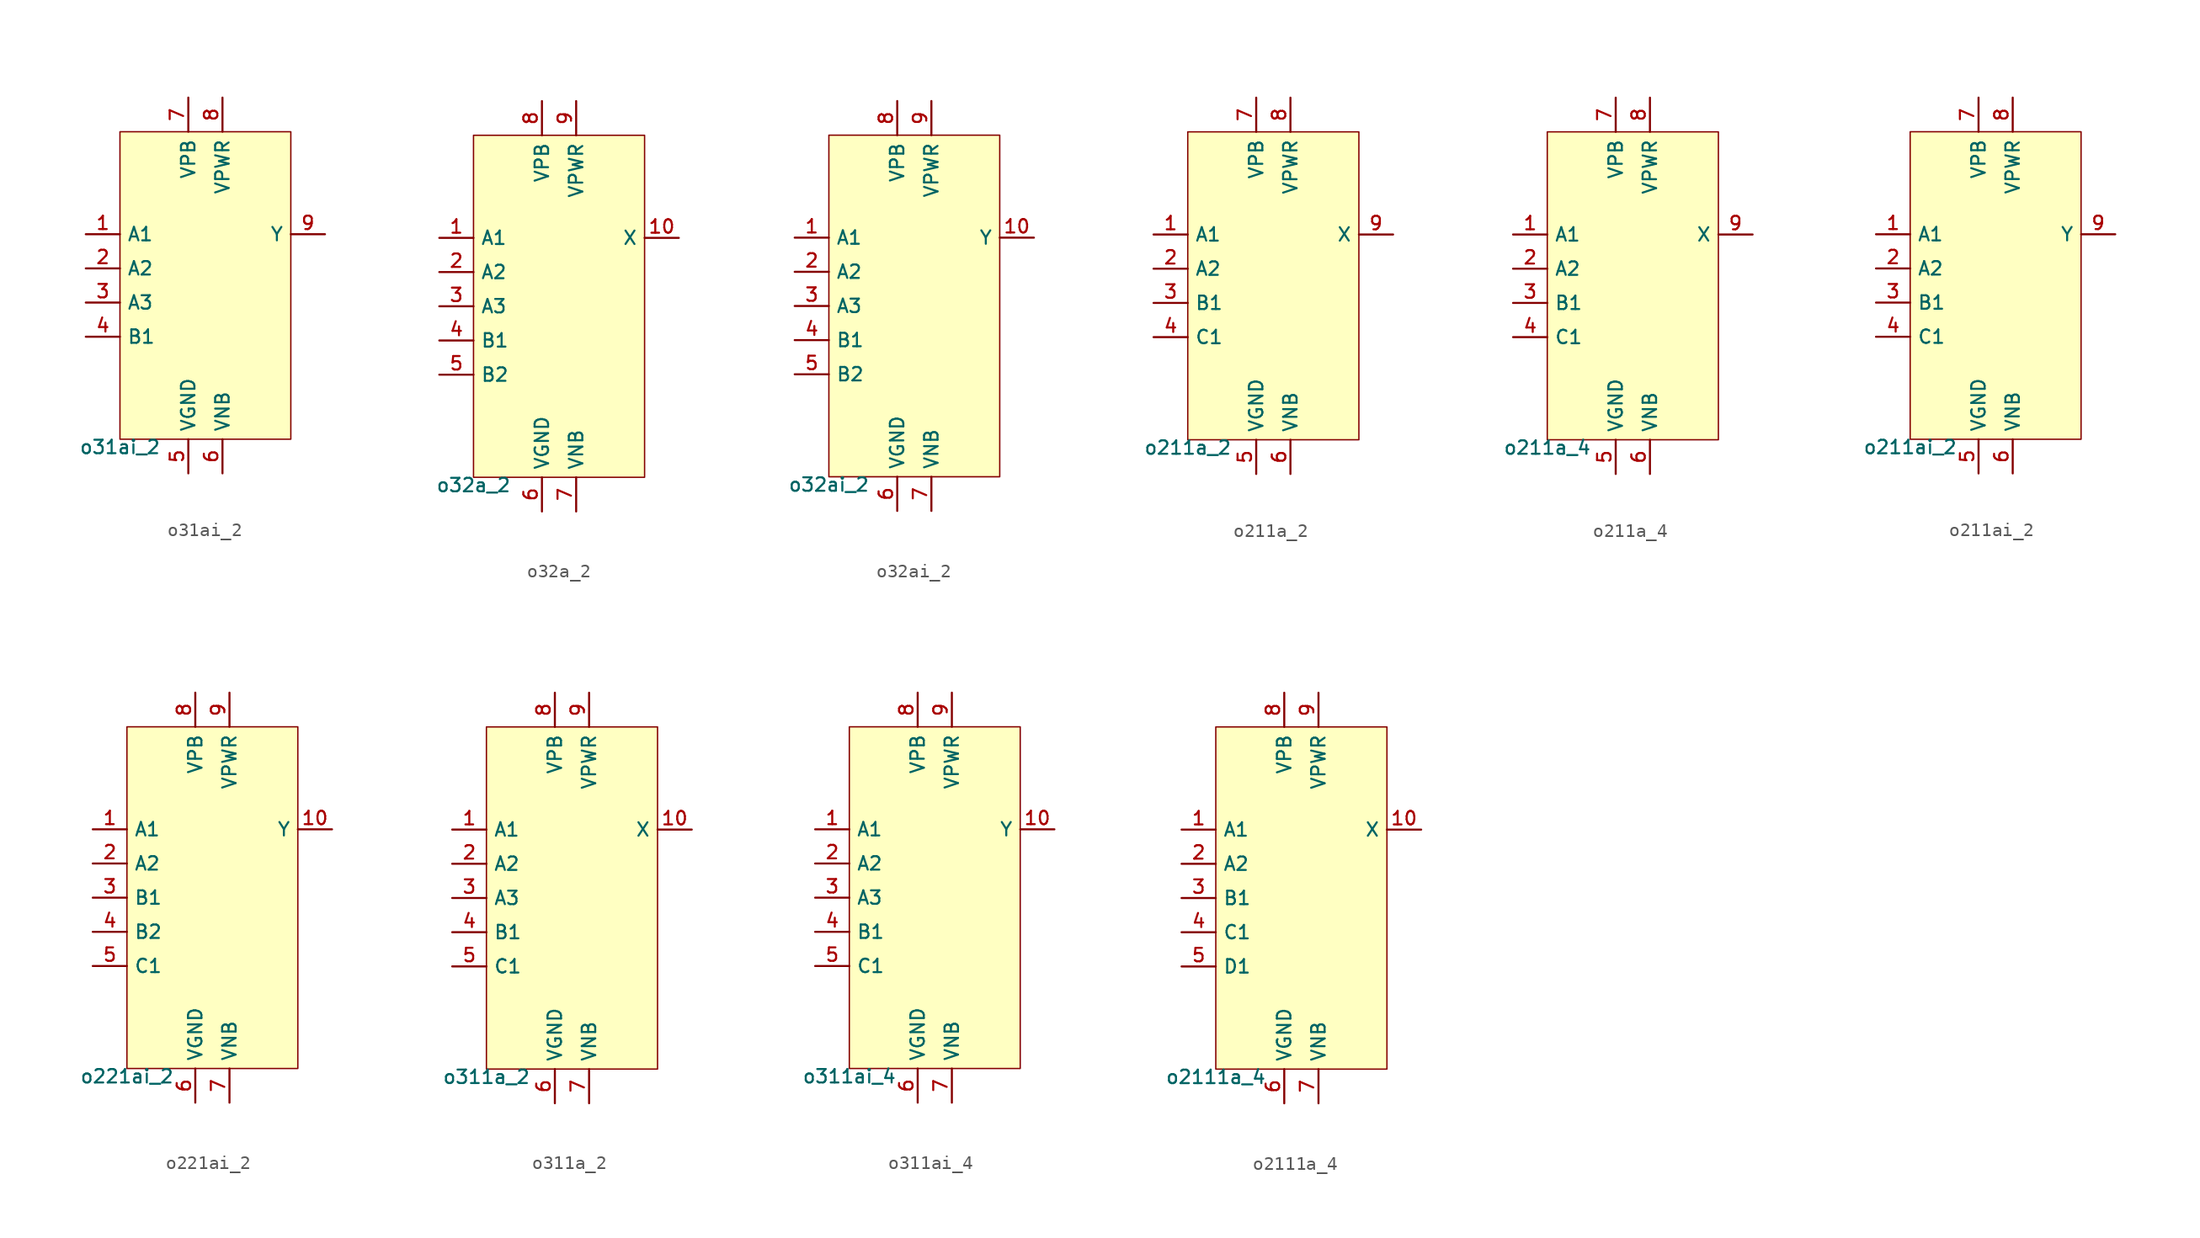
<source format=kicad_sym>
(kicad_symbol_lib
  (version 20211014)
  (generator pdk2kicad)
  (symbol "o31ai_2"
    (property "Reference" "X"
      (at 0 0 0)
      (effects (font (size 1 1)) hide))
    (property "Value" "o31ai_2"
      (at -6.35 -11.43 0)
      (effects (font (size 1 1)) (justify top)))
    (rectangle
      (start -6.35 -11.43)
      (end 6.35 11.43)
      (stroke (width 0.1) (type solid) (color 0 0 0 0))
      (fill (type background)))
    (pin input line
      (at -8.89 3.81 0)
      (length 2.54)
      (name "A1" (effects (font (size 1 1)) hide))
      (number "1" (effects (font (size 1 1)) hide)))
    (pin input line
      (at -8.89 1.27 0)
      (length 2.54)
      (name "A2" (effects (font (size 1 1)) hide))
      (number "2" (effects (font (size 1 1)) hide)))
    (pin input line
      (at -8.89 -1.27 0)
      (length 2.54)
      (name "A3" (effects (font (size 1 1)) hide))
      (number "3" (effects (font (size 1 1)) hide)))
    (pin input line
      (at -8.89 -3.81 0)
      (length 2.54)
      (name "B1" (effects (font (size 1 1)) hide))
      (number "4" (effects (font (size 1 1)) hide)))
    (pin power_in line
      (at -1.27 -13.97 90)
      (length 2.54)
      (name "VGND" (effects (font (size 1 1)) hide))
      (number "5" (effects (font (size 1 1)) hide)))
    (pin power_in line
      (at 1.27 -13.97 90)
      (length 2.54)
      (name "VNB" (effects (font (size 1 1)) hide))
      (number "6" (effects (font (size 1 1)) hide)))
    (pin power_in line
      (at -1.27 13.97 270)
      (length 2.54)
      (name "VPB" (effects (font (size 1 1)) hide))
      (number "7" (effects (font (size 1 1)) hide)))
    (pin power_in line
      (at 1.27 13.97 270)
      (length 2.54)
      (name "VPWR" (effects (font (size 1 1)) hide))
      (number "8" (effects (font (size 1 1)) hide)))
    (pin output line
      (at 8.89 3.81 180)
      (length 2.54)
      (name "Y" (effects (font (size 1 1)) hide))
      (number "9" (effects (font (size 1 1)) hide))))
  (symbol "o32a_2"
    (property "Reference" "X"
      (at 0 0 0)
      (effects (font (size 1 1)) hide))
    (property "Value" "o32a_2"
      (at -6.35 -12.7 0)
      (effects (font (size 1 1)) (justify top)))
    (rectangle
      (start -6.35 -12.7)
      (end 6.35 12.7)
      (stroke (width 0.1) (type solid) (color 0 0 0 0))
      (fill (type background)))
    (pin input line
      (at -8.89 5.08 0)
      (length 2.54)
      (name "A1" (effects (font (size 1 1)) hide))
      (number "1" (effects (font (size 1 1)) hide)))
    (pin input line
      (at -8.89 2.54 0)
      (length 2.54)
      (name "A2" (effects (font (size 1 1)) hide))
      (number "2" (effects (font (size 1 1)) hide)))
    (pin input line
      (at -8.89 -8.881784197001252e-16 0)
      (length 2.54)
      (name "A3" (effects (font (size 1 1)) hide))
      (number "3" (effects (font (size 1 1)) hide)))
    (pin input line
      (at -8.89 -2.54 0)
      (length 2.54)
      (name "B1" (effects (font (size 1 1)) hide))
      (number "4" (effects (font (size 1 1)) hide)))
    (pin input line
      (at -8.89 -5.08 0)
      (length 2.54)
      (name "B2" (effects (font (size 1 1)) hide))
      (number "5" (effects (font (size 1 1)) hide)))
    (pin power_in line
      (at -1.27 -15.24 90)
      (length 2.54)
      (name "VGND" (effects (font (size 1 1)) hide))
      (number "6" (effects (font (size 1 1)) hide)))
    (pin power_in line
      (at 1.27 -15.24 90)
      (length 2.54)
      (name "VNB" (effects (font (size 1 1)) hide))
      (number "7" (effects (font (size 1 1)) hide)))
    (pin power_in line
      (at -1.27 15.24 270)
      (length 2.54)
      (name "VPB" (effects (font (size 1 1)) hide))
      (number "8" (effects (font (size 1 1)) hide)))
    (pin power_in line
      (at 1.27 15.24 270)
      (length 2.54)
      (name "VPWR" (effects (font (size 1 1)) hide))
      (number "9" (effects (font (size 1 1)) hide)))
    (pin output line
      (at 8.89 5.08 180)
      (length 2.54)
      (name "X" (effects (font (size 1 1)) hide))
      (number "10" (effects (font (size 1 1)) hide))))
  (symbol "o32ai_2"
    (property "Reference" "X"
      (at 0 0 0)
      (effects (font (size 1 1)) hide))
    (property "Value" "o32ai_2"
      (at -6.35 -12.7 0)
      (effects (font (size 1 1)) (justify top)))
    (rectangle
      (start -6.35 -12.7)
      (end 6.35 12.7)
      (stroke (width 0.1) (type solid) (color 0 0 0 0))
      (fill (type background)))
    (pin input line
      (at -8.89 5.08 0)
      (length 2.54)
      (name "A1" (effects (font (size 1 1)) hide))
      (number "1" (effects (font (size 1 1)) hide)))
    (pin input line
      (at -8.89 2.54 0)
      (length 2.54)
      (name "A2" (effects (font (size 1 1)) hide))
      (number "2" (effects (font (size 1 1)) hide)))
    (pin input line
      (at -8.89 -8.881784197001252e-16 0)
      (length 2.54)
      (name "A3" (effects (font (size 1 1)) hide))
      (number "3" (effects (font (size 1 1)) hide)))
    (pin input line
      (at -8.89 -2.54 0)
      (length 2.54)
      (name "B1" (effects (font (size 1 1)) hide))
      (number "4" (effects (font (size 1 1)) hide)))
    (pin input line
      (at -8.89 -5.08 0)
      (length 2.54)
      (name "B2" (effects (font (size 1 1)) hide))
      (number "5" (effects (font (size 1 1)) hide)))
    (pin power_in line
      (at -1.27 -15.24 90)
      (length 2.54)
      (name "VGND" (effects (font (size 1 1)) hide))
      (number "6" (effects (font (size 1 1)) hide)))
    (pin power_in line
      (at 1.27 -15.24 90)
      (length 2.54)
      (name "VNB" (effects (font (size 1 1)) hide))
      (number "7" (effects (font (size 1 1)) hide)))
    (pin power_in line
      (at -1.27 15.24 270)
      (length 2.54)
      (name "VPB" (effects (font (size 1 1)) hide))
      (number "8" (effects (font (size 1 1)) hide)))
    (pin power_in line
      (at 1.27 15.24 270)
      (length 2.54)
      (name "VPWR" (effects (font (size 1 1)) hide))
      (number "9" (effects (font (size 1 1)) hide)))
    (pin output line
      (at 8.89 5.08 180)
      (length 2.54)
      (name "Y" (effects (font (size 1 1)) hide))
      (number "10" (effects (font (size 1 1)) hide))))
  (symbol "o211a_2"
    (property "Reference" "X"
      (at 0 0 0)
      (effects (font (size 1 1)) hide))
    (property "Value" "o211a_2"
      (at -6.35 -11.43 0)
      (effects (font (size 1 1)) (justify top)))
    (rectangle
      (start -6.35 -11.43)
      (end 6.35 11.43)
      (stroke (width 0.1) (type solid) (color 0 0 0 0))
      (fill (type background)))
    (pin input line
      (at -8.89 3.81 0)
      (length 2.54)
      (name "A1" (effects (font (size 1 1)) hide))
      (number "1" (effects (font (size 1 1)) hide)))
    (pin input line
      (at -8.89 1.27 0)
      (length 2.54)
      (name "A2" (effects (font (size 1 1)) hide))
      (number "2" (effects (font (size 1 1)) hide)))
    (pin input line
      (at -8.89 -1.27 0)
      (length 2.54)
      (name "B1" (effects (font (size 1 1)) hide))
      (number "3" (effects (font (size 1 1)) hide)))
    (pin input line
      (at -8.89 -3.81 0)
      (length 2.54)
      (name "C1" (effects (font (size 1 1)) hide))
      (number "4" (effects (font (size 1 1)) hide)))
    (pin power_in line
      (at -1.27 -13.97 90)
      (length 2.54)
      (name "VGND" (effects (font (size 1 1)) hide))
      (number "5" (effects (font (size 1 1)) hide)))
    (pin power_in line
      (at 1.27 -13.97 90)
      (length 2.54)
      (name "VNB" (effects (font (size 1 1)) hide))
      (number "6" (effects (font (size 1 1)) hide)))
    (pin power_in line
      (at -1.27 13.97 270)
      (length 2.54)
      (name "VPB" (effects (font (size 1 1)) hide))
      (number "7" (effects (font (size 1 1)) hide)))
    (pin power_in line
      (at 1.27 13.97 270)
      (length 2.54)
      (name "VPWR" (effects (font (size 1 1)) hide))
      (number "8" (effects (font (size 1 1)) hide)))
    (pin output line
      (at 8.89 3.81 180)
      (length 2.54)
      (name "X" (effects (font (size 1 1)) hide))
      (number "9" (effects (font (size 1 1)) hide))))
  (symbol "o211a_4"
    (property "Reference" "X"
      (at 0 0 0)
      (effects (font (size 1 1)) hide))
    (property "Value" "o211a_4"
      (at -6.35 -11.43 0)
      (effects (font (size 1 1)) (justify top)))
    (rectangle
      (start -6.35 -11.43)
      (end 6.35 11.43)
      (stroke (width 0.1) (type solid) (color 0 0 0 0))
      (fill (type background)))
    (pin input line
      (at -8.89 3.81 0)
      (length 2.54)
      (name "A1" (effects (font (size 1 1)) hide))
      (number "1" (effects (font (size 1 1)) hide)))
    (pin input line
      (at -8.89 1.27 0)
      (length 2.54)
      (name "A2" (effects (font (size 1 1)) hide))
      (number "2" (effects (font (size 1 1)) hide)))
    (pin input line
      (at -8.89 -1.27 0)
      (length 2.54)
      (name "B1" (effects (font (size 1 1)) hide))
      (number "3" (effects (font (size 1 1)) hide)))
    (pin input line
      (at -8.89 -3.81 0)
      (length 2.54)
      (name "C1" (effects (font (size 1 1)) hide))
      (number "4" (effects (font (size 1 1)) hide)))
    (pin power_in line
      (at -1.27 -13.97 90)
      (length 2.54)
      (name "VGND" (effects (font (size 1 1)) hide))
      (number "5" (effects (font (size 1 1)) hide)))
    (pin power_in line
      (at 1.27 -13.97 90)
      (length 2.54)
      (name "VNB" (effects (font (size 1 1)) hide))
      (number "6" (effects (font (size 1 1)) hide)))
    (pin power_in line
      (at -1.27 13.97 270)
      (length 2.54)
      (name "VPB" (effects (font (size 1 1)) hide))
      (number "7" (effects (font (size 1 1)) hide)))
    (pin power_in line
      (at 1.27 13.97 270)
      (length 2.54)
      (name "VPWR" (effects (font (size 1 1)) hide))
      (number "8" (effects (font (size 1 1)) hide)))
    (pin output line
      (at 8.89 3.81 180)
      (length 2.54)
      (name "X" (effects (font (size 1 1)) hide))
      (number "9" (effects (font (size 1 1)) hide))))
  (symbol "o211ai_2"
    (property "Reference" "X"
      (at 0 0 0)
      (effects (font (size 1 1)) hide))
    (property "Value" "o211ai_2"
      (at -6.35 -11.43 0)
      (effects (font (size 1 1)) (justify top)))
    (rectangle
      (start -6.35 -11.43)
      (end 6.35 11.43)
      (stroke (width 0.1) (type solid) (color 0 0 0 0))
      (fill (type background)))
    (pin input line
      (at -8.89 3.81 0)
      (length 2.54)
      (name "A1" (effects (font (size 1 1)) hide))
      (number "1" (effects (font (size 1 1)) hide)))
    (pin input line
      (at -8.89 1.27 0)
      (length 2.54)
      (name "A2" (effects (font (size 1 1)) hide))
      (number "2" (effects (font (size 1 1)) hide)))
    (pin input line
      (at -8.89 -1.27 0)
      (length 2.54)
      (name "B1" (effects (font (size 1 1)) hide))
      (number "3" (effects (font (size 1 1)) hide)))
    (pin input line
      (at -8.89 -3.81 0)
      (length 2.54)
      (name "C1" (effects (font (size 1 1)) hide))
      (number "4" (effects (font (size 1 1)) hide)))
    (pin power_in line
      (at -1.27 -13.97 90)
      (length 2.54)
      (name "VGND" (effects (font (size 1 1)) hide))
      (number "5" (effects (font (size 1 1)) hide)))
    (pin power_in line
      (at 1.27 -13.97 90)
      (length 2.54)
      (name "VNB" (effects (font (size 1 1)) hide))
      (number "6" (effects (font (size 1 1)) hide)))
    (pin power_in line
      (at -1.27 13.97 270)
      (length 2.54)
      (name "VPB" (effects (font (size 1 1)) hide))
      (number "7" (effects (font (size 1 1)) hide)))
    (pin power_in line
      (at 1.27 13.97 270)
      (length 2.54)
      (name "VPWR" (effects (font (size 1 1)) hide))
      (number "8" (effects (font (size 1 1)) hide)))
    (pin output line
      (at 8.89 3.81 180)
      (length 2.54)
      (name "Y" (effects (font (size 1 1)) hide))
      (number "9" (effects (font (size 1 1)) hide))))
  (symbol "o221ai_2"
    (property "Reference" "X"
      (at 0 0 0)
      (effects (font (size 1 1)) hide))
    (property "Value" "o221ai_2"
      (at -6.35 -12.7 0)
      (effects (font (size 1 1)) (justify top)))
    (rectangle
      (start -6.35 -12.7)
      (end 6.35 12.7)
      (stroke (width 0.1) (type solid) (color 0 0 0 0))
      (fill (type background)))
    (pin input line
      (at -8.89 5.08 0)
      (length 2.54)
      (name "A1" (effects (font (size 1 1)) hide))
      (number "1" (effects (font (size 1 1)) hide)))
    (pin input line
      (at -8.89 2.54 0)
      (length 2.54)
      (name "A2" (effects (font (size 1 1)) hide))
      (number "2" (effects (font (size 1 1)) hide)))
    (pin input line
      (at -8.89 -8.881784197001252e-16 0)
      (length 2.54)
      (name "B1" (effects (font (size 1 1)) hide))
      (number "3" (effects (font (size 1 1)) hide)))
    (pin input line
      (at -8.89 -2.54 0)
      (length 2.54)
      (name "B2" (effects (font (size 1 1)) hide))
      (number "4" (effects (font (size 1 1)) hide)))
    (pin input line
      (at -8.89 -5.08 0)
      (length 2.54)
      (name "C1" (effects (font (size 1 1)) hide))
      (number "5" (effects (font (size 1 1)) hide)))
    (pin power_in line
      (at -1.27 -15.24 90)
      (length 2.54)
      (name "VGND" (effects (font (size 1 1)) hide))
      (number "6" (effects (font (size 1 1)) hide)))
    (pin power_in line
      (at 1.27 -15.24 90)
      (length 2.54)
      (name "VNB" (effects (font (size 1 1)) hide))
      (number "7" (effects (font (size 1 1)) hide)))
    (pin power_in line
      (at -1.27 15.24 270)
      (length 2.54)
      (name "VPB" (effects (font (size 1 1)) hide))
      (number "8" (effects (font (size 1 1)) hide)))
    (pin power_in line
      (at 1.27 15.24 270)
      (length 2.54)
      (name "VPWR" (effects (font (size 1 1)) hide))
      (number "9" (effects (font (size 1 1)) hide)))
    (pin output line
      (at 8.89 5.08 180)
      (length 2.54)
      (name "Y" (effects (font (size 1 1)) hide))
      (number "10" (effects (font (size 1 1)) hide))))
  (symbol "o311a_2"
    (property "Reference" "X"
      (at 0 0 0)
      (effects (font (size 1 1)) hide))
    (property "Value" "o311a_2"
      (at -6.35 -12.7 0)
      (effects (font (size 1 1)) (justify top)))
    (rectangle
      (start -6.35 -12.7)
      (end 6.35 12.7)
      (stroke (width 0.1) (type solid) (color 0 0 0 0))
      (fill (type background)))
    (pin input line
      (at -8.89 5.08 0)
      (length 2.54)
      (name "A1" (effects (font (size 1 1)) hide))
      (number "1" (effects (font (size 1 1)) hide)))
    (pin input line
      (at -8.89 2.54 0)
      (length 2.54)
      (name "A2" (effects (font (size 1 1)) hide))
      (number "2" (effects (font (size 1 1)) hide)))
    (pin input line
      (at -8.89 -8.881784197001252e-16 0)
      (length 2.54)
      (name "A3" (effects (font (size 1 1)) hide))
      (number "3" (effects (font (size 1 1)) hide)))
    (pin input line
      (at -8.89 -2.54 0)
      (length 2.54)
      (name "B1" (effects (font (size 1 1)) hide))
      (number "4" (effects (font (size 1 1)) hide)))
    (pin input line
      (at -8.89 -5.08 0)
      (length 2.54)
      (name "C1" (effects (font (size 1 1)) hide))
      (number "5" (effects (font (size 1 1)) hide)))
    (pin power_in line
      (at -1.27 -15.24 90)
      (length 2.54)
      (name "VGND" (effects (font (size 1 1)) hide))
      (number "6" (effects (font (size 1 1)) hide)))
    (pin power_in line
      (at 1.27 -15.24 90)
      (length 2.54)
      (name "VNB" (effects (font (size 1 1)) hide))
      (number "7" (effects (font (size 1 1)) hide)))
    (pin power_in line
      (at -1.27 15.24 270)
      (length 2.54)
      (name "VPB" (effects (font (size 1 1)) hide))
      (number "8" (effects (font (size 1 1)) hide)))
    (pin power_in line
      (at 1.27 15.24 270)
      (length 2.54)
      (name "VPWR" (effects (font (size 1 1)) hide))
      (number "9" (effects (font (size 1 1)) hide)))
    (pin output line
      (at 8.89 5.08 180)
      (length 2.54)
      (name "X" (effects (font (size 1 1)) hide))
      (number "10" (effects (font (size 1 1)) hide))))
  (symbol "o311ai_4"
    (property "Reference" "X"
      (at 0 0 0)
      (effects (font (size 1 1)) hide))
    (property "Value" "o311ai_4"
      (at -6.35 -12.7 0)
      (effects (font (size 1 1)) (justify top)))
    (rectangle
      (start -6.35 -12.7)
      (end 6.35 12.7)
      (stroke (width 0.1) (type solid) (color 0 0 0 0))
      (fill (type background)))
    (pin input line
      (at -8.89 5.08 0)
      (length 2.54)
      (name "A1" (effects (font (size 1 1)) hide))
      (number "1" (effects (font (size 1 1)) hide)))
    (pin input line
      (at -8.89 2.54 0)
      (length 2.54)
      (name "A2" (effects (font (size 1 1)) hide))
      (number "2" (effects (font (size 1 1)) hide)))
    (pin input line
      (at -8.89 -8.881784197001252e-16 0)
      (length 2.54)
      (name "A3" (effects (font (size 1 1)) hide))
      (number "3" (effects (font (size 1 1)) hide)))
    (pin input line
      (at -8.89 -2.54 0)
      (length 2.54)
      (name "B1" (effects (font (size 1 1)) hide))
      (number "4" (effects (font (size 1 1)) hide)))
    (pin input line
      (at -8.89 -5.08 0)
      (length 2.54)
      (name "C1" (effects (font (size 1 1)) hide))
      (number "5" (effects (font (size 1 1)) hide)))
    (pin power_in line
      (at -1.27 -15.24 90)
      (length 2.54)
      (name "VGND" (effects (font (size 1 1)) hide))
      (number "6" (effects (font (size 1 1)) hide)))
    (pin power_in line
      (at 1.27 -15.24 90)
      (length 2.54)
      (name "VNB" (effects (font (size 1 1)) hide))
      (number "7" (effects (font (size 1 1)) hide)))
    (pin power_in line
      (at -1.27 15.24 270)
      (length 2.54)
      (name "VPB" (effects (font (size 1 1)) hide))
      (number "8" (effects (font (size 1 1)) hide)))
    (pin power_in line
      (at 1.27 15.24 270)
      (length 2.54)
      (name "VPWR" (effects (font (size 1 1)) hide))
      (number "9" (effects (font (size 1 1)) hide)))
    (pin output line
      (at 8.89 5.08 180)
      (length 2.54)
      (name "Y" (effects (font (size 1 1)) hide))
      (number "10" (effects (font (size 1 1)) hide))))
  (symbol "o2111a_4"
    (property "Reference" "X"
      (at 0 0 0)
      (effects (font (size 1 1)) hide))
    (property "Value" "o2111a_4"
      (at -6.35 -12.7 0)
      (effects (font (size 1 1)) (justify top)))
    (rectangle
      (start -6.35 -12.7)
      (end 6.35 12.7)
      (stroke (width 0.1) (type solid) (color 0 0 0 0))
      (fill (type background)))
    (pin input line
      (at -8.89 5.08 0)
      (length 2.54)
      (name "A1" (effects (font (size 1 1)) hide))
      (number "1" (effects (font (size 1 1)) hide)))
    (pin input line
      (at -8.89 2.54 0)
      (length 2.54)
      (name "A2" (effects (font (size 1 1)) hide))
      (number "2" (effects (font (size 1 1)) hide)))
    (pin input line
      (at -8.89 -8.881784197001252e-16 0)
      (length 2.54)
      (name "B1" (effects (font (size 1 1)) hide))
      (number "3" (effects (font (size 1 1)) hide)))
    (pin input line
      (at -8.89 -2.54 0)
      (length 2.54)
      (name "C1" (effects (font (size 1 1)) hide))
      (number "4" (effects (font (size 1 1)) hide)))
    (pin input line
      (at -8.89 -5.08 0)
      (length 2.54)
      (name "D1" (effects (font (size 1 1)) hide))
      (number "5" (effects (font (size 1 1)) hide)))
    (pin power_in line
      (at -1.27 -15.24 90)
      (length 2.54)
      (name "VGND" (effects (font (size 1 1)) hide))
      (number "6" (effects (font (size 1 1)) hide)))
    (pin power_in line
      (at 1.27 -15.24 90)
      (length 2.54)
      (name "VNB" (effects (font (size 1 1)) hide))
      (number "7" (effects (font (size 1 1)) hide)))
    (pin power_in line
      (at -1.27 15.24 270)
      (length 2.54)
      (name "VPB" (effects (font (size 1 1)) hide))
      (number "8" (effects (font (size 1 1)) hide)))
    (pin power_in line
      (at 1.27 15.24 270)
      (length 2.54)
      (name "VPWR" (effects (font (size 1 1)) hide))
      (number "9" (effects (font (size 1 1)) hide)))
    (pin output line
      (at 8.89 5.08 180)
      (length 2.54)
      (name "X" (effects (font (size 1 1)) hide))
      (number "10" (effects (font (size 1 1)) hide)))))
</source>
